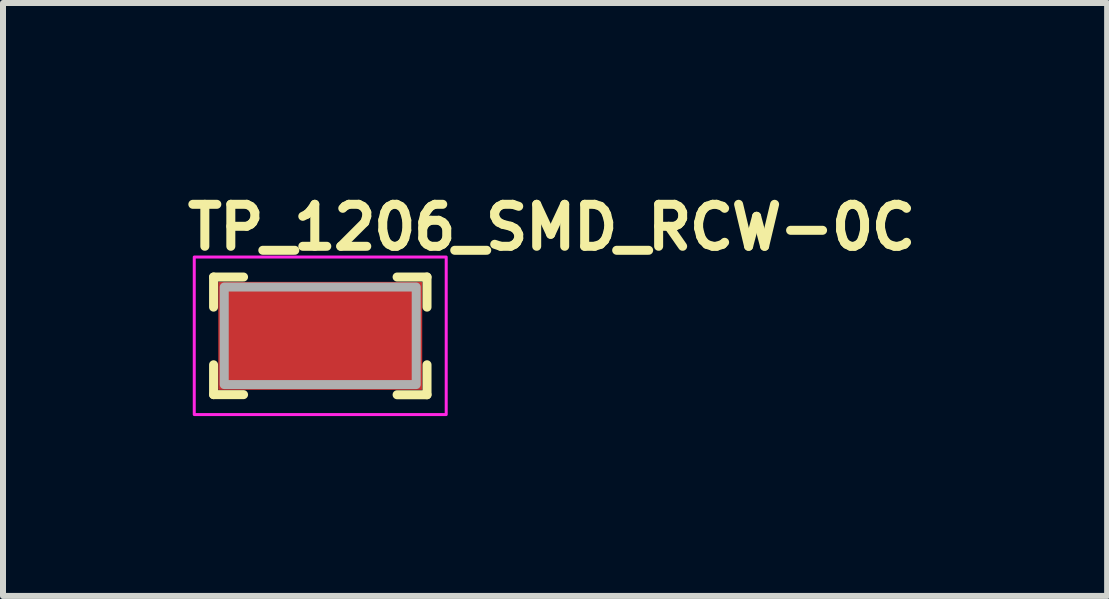
<source format=kicad_pcb>
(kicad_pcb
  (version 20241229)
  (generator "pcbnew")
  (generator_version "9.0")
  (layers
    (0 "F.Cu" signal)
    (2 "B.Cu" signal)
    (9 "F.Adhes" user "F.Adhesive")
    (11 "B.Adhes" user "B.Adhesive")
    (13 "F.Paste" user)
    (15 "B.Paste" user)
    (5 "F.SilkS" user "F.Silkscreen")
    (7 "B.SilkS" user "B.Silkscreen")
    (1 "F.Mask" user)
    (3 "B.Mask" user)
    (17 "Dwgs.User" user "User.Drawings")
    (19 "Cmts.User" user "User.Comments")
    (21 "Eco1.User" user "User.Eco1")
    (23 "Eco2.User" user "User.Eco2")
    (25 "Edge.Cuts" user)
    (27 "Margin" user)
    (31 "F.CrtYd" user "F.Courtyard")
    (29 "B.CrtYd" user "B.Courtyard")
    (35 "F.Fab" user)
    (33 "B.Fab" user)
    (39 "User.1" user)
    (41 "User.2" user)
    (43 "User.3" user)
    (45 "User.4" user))
  (footprint "TP_1206_SMD_RCW-0C"
    (layer "F.Cu")
    (at 2.29 2.55)
    (property "Reference" "TP_1206_SMD_RCW-0C" (at -2.29 -1.4 0) (layer "F.SilkS") (effects (font (size 0.7 0.7) (thickness 0.15)) (justify left bottom)))
    (attr smd)
    (fp_line (start -1.779 -0.981) (end -1.779 -0.479) (stroke (width 0.15) (type solid)) (layer "F.SilkS"))
    (fp_line (start -1.779 -0.981) (end -1.279 -0.981) (stroke (width 0.15) (type solid)) (layer "F.SilkS"))
    (fp_line (start -1.779 0.482) (end -1.779 0.98) (stroke (width 0.15) (type solid)) (layer "F.SilkS"))
    (fp_line (start -1.779 0.98) (end -1.279 0.98) (stroke (width 0.15) (type solid)) (layer "F.SilkS"))
    (fp_line (start 1.78 -0.981) (end 1.281 -0.981) (stroke (width 0.15) (type solid)) (layer "F.SilkS"))
    (fp_line (start 1.78 -0.981) (end 1.78 -0.479) (stroke (width 0.15) (type solid)) (layer "F.SilkS"))
    (fp_line (start 1.78 0.982) (end 1.281 0.982) (stroke (width 0.15) (type solid)) (layer "F.SilkS"))
    (fp_line (start 1.78 0.982) (end 1.78 0.482) (stroke (width 0.15) (type solid)) (layer "F.SilkS"))
    (fp_rect (start -2.101 -1.314) (end 2.1 1.312) (stroke (width 0.05) (type solid)) (fill no) (layer "F.CrtYd"))
    (fp_rect (start -1.601 -0.814) (end 1.6 0.812) (stroke (width 0.15) (type solid)) (fill no) (layer "F.Fab"))
    (fp_rect (start -1.601 -0.814) (end 1.6 0.812) (stroke (width 0.1) (type solid)) (fill no) (layer "User.5"))
    (fp_line (start -1.601 -0.79) (end -1.601 -0.587) (stroke (width 0.02) (type solid)) (layer "User.9"))
    (fp_line (start -1.601 -0.79) (end -1.371 -0.79) (stroke (width 0.02) (type solid)) (layer "User.9"))
    (fp_line (start -1.601 -0.29) (end -1.601 -0.587) (stroke (width 0.02) (type solid)) (layer "User.9"))
    (fp_line (start -1.601 -0.29) (end -1.601 0.508) (stroke (width 0.02) (type solid)) (layer "User.9"))
    (fp_line (start -1.601 0.508) (end -1.301 0.76) (stroke (width 0.02) (type solid)) (layer "User.9"))
    (fp_line (start -1.601 0.61) (end -1.601 0.508) (stroke (width 0.02) (type solid)) (layer "User.9"))
    (fp_line (start -1.601 0.812) (end -1.601 0.61) (stroke (width 0.02) (type solid)) (layer "User.9"))
    (fp_line (start -1.601 0.812) (end -1.371 0.812) (stroke (width 0.02) (type solid)) (layer "User.9"))
    (fp_line (start -1.551 -0.587) (end -1.601 -0.587) (stroke (width 0.02) (type solid)) (layer "User.9"))
    (fp_line (start -1.551 0.61) (end -1.601 0.61) (stroke (width 0.02) (type solid)) (layer "User.9"))
    (fp_line (start -1.48 0.61) (end -1.551 0.61) (stroke (width 0.02) (type solid)) (layer "User.9"))
    (fp_line (start -1.371 -0.79) (end -1.371 -0.587) (stroke (width 0.02) (type solid)) (layer "User.9"))
    (fp_line (start -1.371 0.812) (end -1.371 0.703) (stroke (width 0.02) (type solid)) (layer "User.9"))
    (fp_line (start -1.301 -0.814) (end -1.301 -0.587) (stroke (width 0.02) (type solid)) (layer "User.9"))
    (fp_line (start -1.301 -0.814) (end 1.3 -0.814) (stroke (width 0.02) (type solid)) (layer "User.9"))
    (fp_line (start -1.301 -0.79) (end -1.371 -0.79) (stroke (width 0.02) (type solid)) (layer "User.9"))
    (fp_line (start -1.301 -0.587) (end -1.551 -0.587) (stroke (width 0.02) (type solid)) (layer "User.9"))
    (fp_line (start -1.301 -0.587) (end -1.301 -0.465) (stroke (width 0.02) (type solid)) (layer "User.9"))
    (fp_line (start -1.301 -0.465) (end -1.601 -0.29) (stroke (width 0.02) (type solid)) (layer "User.9"))
    (fp_line (start -1.301 0.76) (end -1.301 0.812) (stroke (width 0.02) (type solid)) (layer "User.9"))
    (fp_line (start -1.301 0.812) (end -1.371 0.812) (stroke (width 0.02) (type solid)) (layer "User.9"))
    (fp_line (start -1.301 0.812) (end -0.803 0.812) (stroke (width 0.02) (type solid)) (layer "User.9"))
    (fp_line (start -0.803 0.76) (end -0.352 0.76) (stroke (width 0.02) (type solid)) (layer "User.9"))
    (fp_line (start -0.803 0.812) (end -0.803 0.76) (stroke (width 0.02) (type solid)) (layer "User.9"))
    (fp_line (start -0.352 0.71) (end 0.349 0.71) (stroke (width 0.02) (type solid)) (layer "User.9"))
    (fp_line (start -0.352 0.76) (end -0.352 0.71) (stroke (width 0.02) (type solid)) (layer "User.9"))
    (fp_line (start 0.349 0.71) (end 0.349 0.76) (stroke (width 0.02) (type solid)) (layer "User.9"))
    (fp_line (start 0.349 0.76) (end 0.8 0.76) (stroke (width 0.02) (type solid)) (layer "User.9"))
    (fp_line (start 0.8 0.76) (end 0.8 0.812) (stroke (width 0.02) (type solid)) (layer "User.9"))
    (fp_line (start 0.8 0.812) (end -0.803 0.812) (stroke (width 0.02) (type solid)) (layer "User.9"))
    (fp_line (start 0.8 0.812) (end 1.3 0.812) (stroke (width 0.02) (type solid)) (layer "User.9"))
    (fp_line (start 1.3 -0.814) (end 1.3 -0.587) (stroke (width 0.02) (type solid)) (layer "User.9"))
    (fp_line (start 1.3 -0.465) (end 1.3 -0.587) (stroke (width 0.02) (type solid)) (layer "User.9"))
    (fp_line (start 1.3 0.76) (end 1.6 0.508) (stroke (width 0.02) (type solid)) (layer "User.9"))
    (fp_line (start 1.3 0.812) (end 1.3 0.76) (stroke (width 0.02) (type solid)) (layer "User.9"))
    (fp_line (start 1.37 -0.79) (end 1.3 -0.79) (stroke (width 0.02) (type solid)) (layer "User.9"))
    (fp_line (start 1.37 -0.79) (end 1.37 -0.587) (stroke (width 0.02) (type solid)) (layer "User.9"))
    (fp_line (start 1.37 -0.79) (end 1.6 -0.79) (stroke (width 0.02) (type solid)) (layer "User.9"))
    (fp_line (start 1.37 0.812) (end 1.3 0.812) (stroke (width 0.02) (type solid)) (layer "User.9"))
    (fp_line (start 1.37 0.812) (end 1.37 0.703) (stroke (width 0.02) (type solid)) (layer "User.9"))
    (fp_line (start 1.37 0.812) (end 1.6 0.812) (stroke (width 0.02) (type solid)) (layer "User.9"))
    (fp_line (start 1.55 -0.587) (end 1.3 -0.587) (stroke (width 0.02) (type solid)) (layer "User.9"))
    (fp_line (start 1.55 0.61) (end 1.477 0.61) (stroke (width 0.02) (type solid)) (layer "User.9"))
    (fp_line (start 1.6 -0.79) (end 1.6 -0.587) (stroke (width 0.02) (type solid)) (layer "User.9"))
    (fp_line (start 1.6 -0.587) (end 1.55 -0.587) (stroke (width 0.02) (type solid)) (layer "User.9"))
    (fp_line (start 1.6 -0.29) (end 1.3 -0.465) (stroke (width 0.02) (type solid)) (layer "User.9"))
    (fp_line (start 1.6 -0.29) (end 1.6 -0.587) (stroke (width 0.02) (type solid)) (layer "User.9"))
    (fp_line (start 1.6 0.508) (end 1.6 -0.29) (stroke (width 0.02) (type solid)) (layer "User.9"))
    (fp_line (start 1.6 0.61) (end 1.55 0.61) (stroke (width 0.02) (type solid)) (layer "User.9"))
    (fp_line (start 1.6 0.61) (end 1.6 0.508) (stroke (width 0.02) (type solid)) (layer "User.9"))
    (fp_line (start 1.6 0.812) (end 1.6 0.61) (stroke (width 0.02) (type solid)) (layer "User.9"))
    (pad "1" smd rect (at 0 0) (size 3.4 1.8) (layers "F.Cu" "F.Mask" "F.Paste")))
  (gr_rect
    (start -3 -3)
    (end 15.41 6.887)
    (stroke (width 0.1) (type default))
    (fill no)
    (layer "Edge.Cuts")))
</source>
